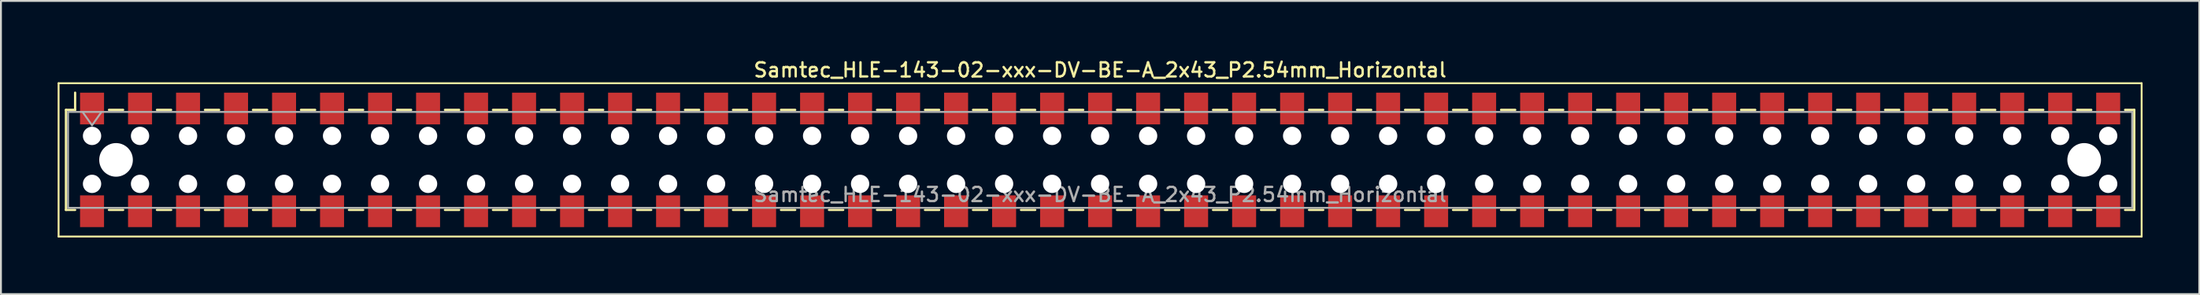
<source format=kicad_pcb>
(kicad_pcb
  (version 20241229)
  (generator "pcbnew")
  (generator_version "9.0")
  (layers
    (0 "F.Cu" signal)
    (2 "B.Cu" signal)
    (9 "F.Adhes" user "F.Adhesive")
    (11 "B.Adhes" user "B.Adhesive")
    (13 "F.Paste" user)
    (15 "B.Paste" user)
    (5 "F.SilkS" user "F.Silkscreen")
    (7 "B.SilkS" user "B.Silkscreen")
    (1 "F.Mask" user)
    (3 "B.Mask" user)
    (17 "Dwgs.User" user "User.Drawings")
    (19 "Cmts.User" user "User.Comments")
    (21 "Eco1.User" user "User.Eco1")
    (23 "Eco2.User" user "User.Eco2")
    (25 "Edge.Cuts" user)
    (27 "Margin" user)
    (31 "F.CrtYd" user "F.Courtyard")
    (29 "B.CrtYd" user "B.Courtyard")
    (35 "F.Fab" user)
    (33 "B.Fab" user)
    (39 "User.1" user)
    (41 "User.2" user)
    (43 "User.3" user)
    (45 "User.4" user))
  (footprint "Samtec_HLE-143-02-xxx-DV-BE-A_2x43_P2.54mm_Horizontal"
    (layer "F.Cu")
    (at 55.16 5.418)
    (property "Reference" "Samtec_HLE-143-02-xxx-DV-BE-A_2x43_P2.54mm_Horizontal" (at 0 -4.76 0) (layer "F.SilkS") (effects (font (size 0.75 0.75) (thickness 0.125))))
    (attr smd)
    (fp_line (start -55.11 -4.06) (end 55.11 -4.06) (stroke (width 0.1) (type solid)) (layer "F.SilkS"))
    (fp_line (start -55.11 4.06) (end -55.11 -4.06) (stroke (width 0.1) (type solid)) (layer "F.SilkS"))
    (fp_line (start -54.72 -2.65) (end -54.72 2.65) (stroke (width 0.12) (type solid)) (layer "F.SilkS"))
    (fp_line (start -54.72 2.65) (end -54.235 2.65) (stroke (width 0.12) (type solid)) (layer "F.SilkS"))
    (fp_line (start -54.235 -3.56) (end -54.235 -2.65) (stroke (width 0.12) (type solid)) (layer "F.SilkS"))
    (fp_line (start -54.235 -2.65) (end -54.72 -2.65) (stroke (width 0.12) (type solid)) (layer "F.SilkS"))
    (fp_line (start -52.445 -2.65) (end -51.695 -2.65) (stroke (width 0.12) (type solid)) (layer "F.SilkS"))
    (fp_line (start -52.445 2.65) (end -51.695 2.65) (stroke (width 0.12) (type solid)) (layer "F.SilkS"))
    (fp_line (start -49.905 -2.65) (end -49.155 -2.65) (stroke (width 0.12) (type solid)) (layer "F.SilkS"))
    (fp_line (start -49.905 2.65) (end -49.155 2.65) (stroke (width 0.12) (type solid)) (layer "F.SilkS"))
    (fp_line (start -47.365 -2.65) (end -46.615 -2.65) (stroke (width 0.12) (type solid)) (layer "F.SilkS"))
    (fp_line (start -47.365 2.65) (end -46.615 2.65) (stroke (width 0.12) (type solid)) (layer "F.SilkS"))
    (fp_line (start -44.825 -2.65) (end -44.075 -2.65) (stroke (width 0.12) (type solid)) (layer "F.SilkS"))
    (fp_line (start -44.825 2.65) (end -44.075 2.65) (stroke (width 0.12) (type solid)) (layer "F.SilkS"))
    (fp_line (start -42.285 -2.65) (end -41.535 -2.65) (stroke (width 0.12) (type solid)) (layer "F.SilkS"))
    (fp_line (start -42.285 2.65) (end -41.535 2.65) (stroke (width 0.12) (type solid)) (layer "F.SilkS"))
    (fp_line (start -39.745 -2.65) (end -38.995 -2.65) (stroke (width 0.12) (type solid)) (layer "F.SilkS"))
    (fp_line (start -39.745 2.65) (end -38.995 2.65) (stroke (width 0.12) (type solid)) (layer "F.SilkS"))
    (fp_line (start -37.205 -2.65) (end -36.455 -2.65) (stroke (width 0.12) (type solid)) (layer "F.SilkS"))
    (fp_line (start -37.205 2.65) (end -36.455 2.65) (stroke (width 0.12) (type solid)) (layer "F.SilkS"))
    (fp_line (start -34.665 -2.65) (end -33.915 -2.65) (stroke (width 0.12) (type solid)) (layer "F.SilkS"))
    (fp_line (start -34.665 2.65) (end -33.915 2.65) (stroke (width 0.12) (type solid)) (layer "F.SilkS"))
    (fp_line (start -32.125 -2.65) (end -31.375 -2.65) (stroke (width 0.12) (type solid)) (layer "F.SilkS"))
    (fp_line (start -32.125 2.65) (end -31.375 2.65) (stroke (width 0.12) (type solid)) (layer "F.SilkS"))
    (fp_line (start -29.585 -2.65) (end -28.835 -2.65) (stroke (width 0.12) (type solid)) (layer "F.SilkS"))
    (fp_line (start -29.585 2.65) (end -28.835 2.65) (stroke (width 0.12) (type solid)) (layer "F.SilkS"))
    (fp_line (start -27.045 -2.65) (end -26.295 -2.65) (stroke (width 0.12) (type solid)) (layer "F.SilkS"))
    (fp_line (start -27.045 2.65) (end -26.295 2.65) (stroke (width 0.12) (type solid)) (layer "F.SilkS"))
    (fp_line (start -24.505 -2.65) (end -23.755 -2.65) (stroke (width 0.12) (type solid)) (layer "F.SilkS"))
    (fp_line (start -24.505 2.65) (end -23.755 2.65) (stroke (width 0.12) (type solid)) (layer "F.SilkS"))
    (fp_line (start -21.965 -2.65) (end -21.215 -2.65) (stroke (width 0.12) (type solid)) (layer "F.SilkS"))
    (fp_line (start -21.965 2.65) (end -21.215 2.65) (stroke (width 0.12) (type solid)) (layer "F.SilkS"))
    (fp_line (start -19.425 -2.65) (end -18.675 -2.65) (stroke (width 0.12) (type solid)) (layer "F.SilkS"))
    (fp_line (start -19.425 2.65) (end -18.675 2.65) (stroke (width 0.12) (type solid)) (layer "F.SilkS"))
    (fp_line (start -16.885 -2.65) (end -16.135 -2.65) (stroke (width 0.12) (type solid)) (layer "F.SilkS"))
    (fp_line (start -16.885 2.65) (end -16.135 2.65) (stroke (width 0.12) (type solid)) (layer "F.SilkS"))
    (fp_line (start -14.345 -2.65) (end -13.595 -2.65) (stroke (width 0.12) (type solid)) (layer "F.SilkS"))
    (fp_line (start -14.345 2.65) (end -13.595 2.65) (stroke (width 0.12) (type solid)) (layer "F.SilkS"))
    (fp_line (start -11.805 -2.65) (end -11.055 -2.65) (stroke (width 0.12) (type solid)) (layer "F.SilkS"))
    (fp_line (start -11.805 2.65) (end -11.055 2.65) (stroke (width 0.12) (type solid)) (layer "F.SilkS"))
    (fp_line (start -9.265 -2.65) (end -8.515 -2.65) (stroke (width 0.12) (type solid)) (layer "F.SilkS"))
    (fp_line (start -9.265 2.65) (end -8.515 2.65) (stroke (width 0.12) (type solid)) (layer "F.SilkS"))
    (fp_line (start -6.725 -2.65) (end -5.975 -2.65) (stroke (width 0.12) (type solid)) (layer "F.SilkS"))
    (fp_line (start -6.725 2.65) (end -5.975 2.65) (stroke (width 0.12) (type solid)) (layer "F.SilkS"))
    (fp_line (start -4.185 -2.65) (end -3.435 -2.65) (stroke (width 0.12) (type solid)) (layer "F.SilkS"))
    (fp_line (start -4.185 2.65) (end -3.435 2.65) (stroke (width 0.12) (type solid)) (layer "F.SilkS"))
    (fp_line (start -1.645 -2.65) (end -0.895 -2.65) (stroke (width 0.12) (type solid)) (layer "F.SilkS"))
    (fp_line (start -1.645 2.65) (end -0.895 2.65) (stroke (width 0.12) (type solid)) (layer "F.SilkS"))
    (fp_line (start 0.895 -2.65) (end 1.645 -2.65) (stroke (width 0.12) (type solid)) (layer "F.SilkS"))
    (fp_line (start 0.895 2.65) (end 1.645 2.65) (stroke (width 0.12) (type solid)) (layer "F.SilkS"))
    (fp_line (start 3.435 -2.65) (end 4.185 -2.65) (stroke (width 0.12) (type solid)) (layer "F.SilkS"))
    (fp_line (start 3.435 2.65) (end 4.185 2.65) (stroke (width 0.12) (type solid)) (layer "F.SilkS"))
    (fp_line (start 5.975 -2.65) (end 6.725 -2.65) (stroke (width 0.12) (type solid)) (layer "F.SilkS"))
    (fp_line (start 5.975 2.65) (end 6.725 2.65) (stroke (width 0.12) (type solid)) (layer "F.SilkS"))
    (fp_line (start 8.515 -2.65) (end 9.265 -2.65) (stroke (width 0.12) (type solid)) (layer "F.SilkS"))
    (fp_line (start 8.515 2.65) (end 9.265 2.65) (stroke (width 0.12) (type solid)) (layer "F.SilkS"))
    (fp_line (start 11.055 -2.65) (end 11.805 -2.65) (stroke (width 0.12) (type solid)) (layer "F.SilkS"))
    (fp_line (start 11.055 2.65) (end 11.805 2.65) (stroke (width 0.12) (type solid)) (layer "F.SilkS"))
    (fp_line (start 13.595 -2.65) (end 14.345 -2.65) (stroke (width 0.12) (type solid)) (layer "F.SilkS"))
    (fp_line (start 13.595 2.65) (end 14.345 2.65) (stroke (width 0.12) (type solid)) (layer "F.SilkS"))
    (fp_line (start 16.135 -2.65) (end 16.885 -2.65) (stroke (width 0.12) (type solid)) (layer "F.SilkS"))
    (fp_line (start 16.135 2.65) (end 16.885 2.65) (stroke (width 0.12) (type solid)) (layer "F.SilkS"))
    (fp_line (start 18.675 -2.65) (end 19.425 -2.65) (stroke (width 0.12) (type solid)) (layer "F.SilkS"))
    (fp_line (start 18.675 2.65) (end 19.425 2.65) (stroke (width 0.12) (type solid)) (layer "F.SilkS"))
    (fp_line (start 21.215 -2.65) (end 21.965 -2.65) (stroke (width 0.12) (type solid)) (layer "F.SilkS"))
    (fp_line (start 21.215 2.65) (end 21.965 2.65) (stroke (width 0.12) (type solid)) (layer "F.SilkS"))
    (fp_line (start 23.755 -2.65) (end 24.505 -2.65) (stroke (width 0.12) (type solid)) (layer "F.SilkS"))
    (fp_line (start 23.755 2.65) (end 24.505 2.65) (stroke (width 0.12) (type solid)) (layer "F.SilkS"))
    (fp_line (start 26.295 -2.65) (end 27.045 -2.65) (stroke (width 0.12) (type solid)) (layer "F.SilkS"))
    (fp_line (start 26.295 2.65) (end 27.045 2.65) (stroke (width 0.12) (type solid)) (layer "F.SilkS"))
    (fp_line (start 28.835 -2.65) (end 29.585 -2.65) (stroke (width 0.12) (type solid)) (layer "F.SilkS"))
    (fp_line (start 28.835 2.65) (end 29.585 2.65) (stroke (width 0.12) (type solid)) (layer "F.SilkS"))
    (fp_line (start 31.375 -2.65) (end 32.125 -2.65) (stroke (width 0.12) (type solid)) (layer "F.SilkS"))
    (fp_line (start 31.375 2.65) (end 32.125 2.65) (stroke (width 0.12) (type solid)) (layer "F.SilkS"))
    (fp_line (start 33.915 -2.65) (end 34.665 -2.65) (stroke (width 0.12) (type solid)) (layer "F.SilkS"))
    (fp_line (start 33.915 2.65) (end 34.665 2.65) (stroke (width 0.12) (type solid)) (layer "F.SilkS"))
    (fp_line (start 36.455 -2.65) (end 37.205 -2.65) (stroke (width 0.12) (type solid)) (layer "F.SilkS"))
    (fp_line (start 36.455 2.65) (end 37.205 2.65) (stroke (width 0.12) (type solid)) (layer "F.SilkS"))
    (fp_line (start 38.995 -2.65) (end 39.745 -2.65) (stroke (width 0.12) (type solid)) (layer "F.SilkS"))
    (fp_line (start 38.995 2.65) (end 39.745 2.65) (stroke (width 0.12) (type solid)) (layer "F.SilkS"))
    (fp_line (start 41.535 -2.65) (end 42.285 -2.65) (stroke (width 0.12) (type solid)) (layer "F.SilkS"))
    (fp_line (start 41.535 2.65) (end 42.285 2.65) (stroke (width 0.12) (type solid)) (layer "F.SilkS"))
    (fp_line (start 44.075 -2.65) (end 44.825 -2.65) (stroke (width 0.12) (type solid)) (layer "F.SilkS"))
    (fp_line (start 44.075 2.65) (end 44.825 2.65) (stroke (width 0.12) (type solid)) (layer "F.SilkS"))
    (fp_line (start 46.615 -2.65) (end 47.365 -2.65) (stroke (width 0.12) (type solid)) (layer "F.SilkS"))
    (fp_line (start 46.615 2.65) (end 47.365 2.65) (stroke (width 0.12) (type solid)) (layer "F.SilkS"))
    (fp_line (start 49.155 -2.65) (end 49.905 -2.65) (stroke (width 0.12) (type solid)) (layer "F.SilkS"))
    (fp_line (start 49.155 2.65) (end 49.905 2.65) (stroke (width 0.12) (type solid)) (layer "F.SilkS"))
    (fp_line (start 51.695 -2.65) (end 52.445 -2.65) (stroke (width 0.12) (type solid)) (layer "F.SilkS"))
    (fp_line (start 51.695 2.65) (end 52.445 2.65) (stroke (width 0.12) (type solid)) (layer "F.SilkS"))
    (fp_line (start 54.235 -2.65) (end 54.72 -2.65) (stroke (width 0.12) (type solid)) (layer "F.SilkS"))
    (fp_line (start 54.72 -2.65) (end 54.72 2.65) (stroke (width 0.12) (type solid)) (layer "F.SilkS"))
    (fp_line (start 54.72 2.65) (end 54.235 2.65) (stroke (width 0.12) (type solid)) (layer "F.SilkS"))
    (fp_line (start 55.11 -4.06) (end 55.11 4.06) (stroke (width 0.1) (type solid)) (layer "F.SilkS"))
    (fp_line (start 55.11 4.06) (end -55.11 4.06) (stroke (width 0.1) (type solid)) (layer "F.SilkS"))
    (fp_line (start -54.61 -2.54) (end 54.61 -2.54) (stroke (width 0.1) (type solid)) (layer "F.Fab"))
    (fp_line (start -54.61 2.54) (end -54.61 -2.54) (stroke (width 0.1) (type solid)) (layer "F.Fab"))
    (fp_line (start -53.84 -2.54) (end -53.34 -1.833) (stroke (width 0.1) (type solid)) (layer "F.Fab"))
    (fp_line (start -53.34 -1.833) (end -52.84 -2.54) (stroke (width 0.1) (type solid)) (layer "F.Fab"))
    (fp_line (start 54.61 -2.54) (end 54.61 2.54) (stroke (width 0.1) (type solid)) (layer "F.Fab"))
    (fp_line (start 54.61 2.54) (end -54.61 2.54) (stroke (width 0.1) (type solid)) (layer "F.Fab"))
    (fp_text user "${REFERENCE}" (at 0 1.84 0) (layer "F.Fab") (effects (font (size 0.75 0.75) (thickness 0.125))))
    (pad "" np_thru_hole circle (at -53.34 -1.27) (size 0.97 0.97) (drill 0.97) (layers "*.Cu" "*.Mask"))
    (pad "" np_thru_hole circle (at -53.34 1.27) (size 0.97 0.97) (drill 0.97) (layers "*.Cu" "*.Mask"))
    (pad "" np_thru_hole circle (at -52.07 0) (size 1.78 1.78) (drill 1.78) (layers "*.Cu" "*.Mask"))
    (pad "" np_thru_hole circle (at -50.8 -1.27) (size 0.97 0.97) (drill 0.97) (layers "*.Cu" "*.Mask"))
    (pad "" np_thru_hole circle (at -50.8 1.27) (size 0.97 0.97) (drill 0.97) (layers "*.Cu" "*.Mask"))
    (pad "" np_thru_hole circle (at -48.26 -1.27) (size 0.97 0.97) (drill 0.97) (layers "*.Cu" "*.Mask"))
    (pad "" np_thru_hole circle (at -48.26 1.27) (size 0.97 0.97) (drill 0.97) (layers "*.Cu" "*.Mask"))
    (pad "" np_thru_hole circle (at -45.72 -1.27) (size 0.97 0.97) (drill 0.97) (layers "*.Cu" "*.Mask"))
    (pad "" np_thru_hole circle (at -45.72 1.27) (size 0.97 0.97) (drill 0.97) (layers "*.Cu" "*.Mask"))
    (pad "" np_thru_hole circle (at -43.18 -1.27) (size 0.97 0.97) (drill 0.97) (layers "*.Cu" "*.Mask"))
    (pad "" np_thru_hole circle (at -43.18 1.27) (size 0.97 0.97) (drill 0.97) (layers "*.Cu" "*.Mask"))
    (pad "" np_thru_hole circle (at -40.64 -1.27) (size 0.97 0.97) (drill 0.97) (layers "*.Cu" "*.Mask"))
    (pad "" np_thru_hole circle (at -40.64 1.27) (size 0.97 0.97) (drill 0.97) (layers "*.Cu" "*.Mask"))
    (pad "" np_thru_hole circle (at -38.1 -1.27) (size 0.97 0.97) (drill 0.97) (layers "*.Cu" "*.Mask"))
    (pad "" np_thru_hole circle (at -38.1 1.27) (size 0.97 0.97) (drill 0.97) (layers "*.Cu" "*.Mask"))
    (pad "" np_thru_hole circle (at -35.56 -1.27) (size 0.97 0.97) (drill 0.97) (layers "*.Cu" "*.Mask"))
    (pad "" np_thru_hole circle (at -35.56 1.27) (size 0.97 0.97) (drill 0.97) (layers "*.Cu" "*.Mask"))
    (pad "" np_thru_hole circle (at -33.02 -1.27) (size 0.97 0.97) (drill 0.97) (layers "*.Cu" "*.Mask"))
    (pad "" np_thru_hole circle (at -33.02 1.27) (size 0.97 0.97) (drill 0.97) (layers "*.Cu" "*.Mask"))
    (pad "" np_thru_hole circle (at -30.48 -1.27) (size 0.97 0.97) (drill 0.97) (layers "*.Cu" "*.Mask"))
    (pad "" np_thru_hole circle (at -30.48 1.27) (size 0.97 0.97) (drill 0.97) (layers "*.Cu" "*.Mask"))
    (pad "" np_thru_hole circle (at -27.94 -1.27) (size 0.97 0.97) (drill 0.97) (layers "*.Cu" "*.Mask"))
    (pad "" np_thru_hole circle (at -27.94 1.27) (size 0.97 0.97) (drill 0.97) (layers "*.Cu" "*.Mask"))
    (pad "" np_thru_hole circle (at -25.4 -1.27) (size 0.97 0.97) (drill 0.97) (layers "*.Cu" "*.Mask"))
    (pad "" np_thru_hole circle (at -25.4 1.27) (size 0.97 0.97) (drill 0.97) (layers "*.Cu" "*.Mask"))
    (pad "" np_thru_hole circle (at -22.86 -1.27) (size 0.97 0.97) (drill 0.97) (layers "*.Cu" "*.Mask"))
    (pad "" np_thru_hole circle (at -22.86 1.27) (size 0.97 0.97) (drill 0.97) (layers "*.Cu" "*.Mask"))
    (pad "" np_thru_hole circle (at -20.32 -1.27) (size 0.97 0.97) (drill 0.97) (layers "*.Cu" "*.Mask"))
    (pad "" np_thru_hole circle (at -20.32 1.27) (size 0.97 0.97) (drill 0.97) (layers "*.Cu" "*.Mask"))
    (pad "" np_thru_hole circle (at -17.78 -1.27) (size 0.97 0.97) (drill 0.97) (layers "*.Cu" "*.Mask"))
    (pad "" np_thru_hole circle (at -17.78 1.27) (size 0.97 0.97) (drill 0.97) (layers "*.Cu" "*.Mask"))
    (pad "" np_thru_hole circle (at -15.24 -1.27) (size 0.97 0.97) (drill 0.97) (layers "*.Cu" "*.Mask"))
    (pad "" np_thru_hole circle (at -15.24 1.27) (size 0.97 0.97) (drill 0.97) (layers "*.Cu" "*.Mask"))
    (pad "" np_thru_hole circle (at -12.7 -1.27) (size 0.97 0.97) (drill 0.97) (layers "*.Cu" "*.Mask"))
    (pad "" np_thru_hole circle (at -12.7 1.27) (size 0.97 0.97) (drill 0.97) (layers "*.Cu" "*.Mask"))
    (pad "" np_thru_hole circle (at -10.16 -1.27) (size 0.97 0.97) (drill 0.97) (layers "*.Cu" "*.Mask"))
    (pad "" np_thru_hole circle (at -10.16 1.27) (size 0.97 0.97) (drill 0.97) (layers "*.Cu" "*.Mask"))
    (pad "" np_thru_hole circle (at -7.62 -1.27) (size 0.97 0.97) (drill 0.97) (layers "*.Cu" "*.Mask"))
    (pad "" np_thru_hole circle (at -7.62 1.27) (size 0.97 0.97) (drill 0.97) (layers "*.Cu" "*.Mask"))
    (pad "" np_thru_hole circle (at -5.08 -1.27) (size 0.97 0.97) (drill 0.97) (layers "*.Cu" "*.Mask"))
    (pad "" np_thru_hole circle (at -5.08 1.27) (size 0.97 0.97) (drill 0.97) (layers "*.Cu" "*.Mask"))
    (pad "" np_thru_hole circle (at -2.54 -1.27) (size 0.97 0.97) (drill 0.97) (layers "*.Cu" "*.Mask"))
    (pad "" np_thru_hole circle (at -2.54 1.27) (size 0.97 0.97) (drill 0.97) (layers "*.Cu" "*.Mask"))
    (pad "" np_thru_hole circle (at 0 -1.27) (size 0.97 0.97) (drill 0.97) (layers "*.Cu" "*.Mask"))
    (pad "" np_thru_hole circle (at 0 1.27) (size 0.97 0.97) (drill 0.97) (layers "*.Cu" "*.Mask"))
    (pad "" np_thru_hole circle (at 2.54 -1.27) (size 0.97 0.97) (drill 0.97) (layers "*.Cu" "*.Mask"))
    (pad "" np_thru_hole circle (at 2.54 1.27) (size 0.97 0.97) (drill 0.97) (layers "*.Cu" "*.Mask"))
    (pad "" np_thru_hole circle (at 5.08 -1.27) (size 0.97 0.97) (drill 0.97) (layers "*.Cu" "*.Mask"))
    (pad "" np_thru_hole circle (at 5.08 1.27) (size 0.97 0.97) (drill 0.97) (layers "*.Cu" "*.Mask"))
    (pad "" np_thru_hole circle (at 7.62 -1.27) (size 0.97 0.97) (drill 0.97) (layers "*.Cu" "*.Mask"))
    (pad "" np_thru_hole circle (at 7.62 1.27) (size 0.97 0.97) (drill 0.97) (layers "*.Cu" "*.Mask"))
    (pad "" np_thru_hole circle (at 10.16 -1.27) (size 0.97 0.97) (drill 0.97) (layers "*.Cu" "*.Mask"))
    (pad "" np_thru_hole circle (at 10.16 1.27) (size 0.97 0.97) (drill 0.97) (layers "*.Cu" "*.Mask"))
    (pad "" np_thru_hole circle (at 12.7 -1.27) (size 0.97 0.97) (drill 0.97) (layers "*.Cu" "*.Mask"))
    (pad "" np_thru_hole circle (at 12.7 1.27) (size 0.97 0.97) (drill 0.97) (layers "*.Cu" "*.Mask"))
    (pad "" np_thru_hole circle (at 15.24 -1.27) (size 0.97 0.97) (drill 0.97) (layers "*.Cu" "*.Mask"))
    (pad "" np_thru_hole circle (at 15.24 1.27) (size 0.97 0.97) (drill 0.97) (layers "*.Cu" "*.Mask"))
    (pad "" np_thru_hole circle (at 17.78 -1.27) (size 0.97 0.97) (drill 0.97) (layers "*.Cu" "*.Mask"))
    (pad "" np_thru_hole circle (at 17.78 1.27) (size 0.97 0.97) (drill 0.97) (layers "*.Cu" "*.Mask"))
    (pad "" np_thru_hole circle (at 20.32 -1.27) (size 0.97 0.97) (drill 0.97) (layers "*.Cu" "*.Mask"))
    (pad "" np_thru_hole circle (at 20.32 1.27) (size 0.97 0.97) (drill 0.97) (layers "*.Cu" "*.Mask"))
    (pad "" np_thru_hole circle (at 22.86 -1.27) (size 0.97 0.97) (drill 0.97) (layers "*.Cu" "*.Mask"))
    (pad "" np_thru_hole circle (at 22.86 1.27) (size 0.97 0.97) (drill 0.97) (layers "*.Cu" "*.Mask"))
    (pad "" np_thru_hole circle (at 25.4 -1.27) (size 0.97 0.97) (drill 0.97) (layers "*.Cu" "*.Mask"))
    (pad "" np_thru_hole circle (at 25.4 1.27) (size 0.97 0.97) (drill 0.97) (layers "*.Cu" "*.Mask"))
    (pad "" np_thru_hole circle (at 27.94 -1.27) (size 0.97 0.97) (drill 0.97) (layers "*.Cu" "*.Mask"))
    (pad "" np_thru_hole circle (at 27.94 1.27) (size 0.97 0.97) (drill 0.97) (layers "*.Cu" "*.Mask"))
    (pad "" np_thru_hole circle (at 30.48 -1.27) (size 0.97 0.97) (drill 0.97) (layers "*.Cu" "*.Mask"))
    (pad "" np_thru_hole circle (at 30.48 1.27) (size 0.97 0.97) (drill 0.97) (layers "*.Cu" "*.Mask"))
    (pad "" np_thru_hole circle (at 33.02 -1.27) (size 0.97 0.97) (drill 0.97) (layers "*.Cu" "*.Mask"))
    (pad "" np_thru_hole circle (at 33.02 1.27) (size 0.97 0.97) (drill 0.97) (layers "*.Cu" "*.Mask"))
    (pad "" np_thru_hole circle (at 35.56 -1.27) (size 0.97 0.97) (drill 0.97) (layers "*.Cu" "*.Mask"))
    (pad "" np_thru_hole circle (at 35.56 1.27) (size 0.97 0.97) (drill 0.97) (layers "*.Cu" "*.Mask"))
    (pad "" np_thru_hole circle (at 38.1 -1.27) (size 0.97 0.97) (drill 0.97) (layers "*.Cu" "*.Mask"))
    (pad "" np_thru_hole circle (at 38.1 1.27) (size 0.97 0.97) (drill 0.97) (layers "*.Cu" "*.Mask"))
    (pad "" np_thru_hole circle (at 40.64 -1.27) (size 0.97 0.97) (drill 0.97) (layers "*.Cu" "*.Mask"))
    (pad "" np_thru_hole circle (at 40.64 1.27) (size 0.97 0.97) (drill 0.97) (layers "*.Cu" "*.Mask"))
    (pad "" np_thru_hole circle (at 43.18 -1.27) (size 0.97 0.97) (drill 0.97) (layers "*.Cu" "*.Mask"))
    (pad "" np_thru_hole circle (at 43.18 1.27) (size 0.97 0.97) (drill 0.97) (layers "*.Cu" "*.Mask"))
    (pad "" np_thru_hole circle (at 45.72 -1.27) (size 0.97 0.97) (drill 0.97) (layers "*.Cu" "*.Mask"))
    (pad "" np_thru_hole circle (at 45.72 1.27) (size 0.97 0.97) (drill 0.97) (layers "*.Cu" "*.Mask"))
    (pad "" np_thru_hole circle (at 48.26 -1.27) (size 0.97 0.97) (drill 0.97) (layers "*.Cu" "*.Mask"))
    (pad "" np_thru_hole circle (at 48.26 1.27) (size 0.97 0.97) (drill 0.97) (layers "*.Cu" "*.Mask"))
    (pad "" np_thru_hole circle (at 50.8 -1.27) (size 0.97 0.97) (drill 0.97) (layers "*.Cu" "*.Mask"))
    (pad "" np_thru_hole circle (at 50.8 1.27) (size 0.97 0.97) (drill 0.97) (layers "*.Cu" "*.Mask"))
    (pad "" np_thru_hole circle (at 52.07 0) (size 1.78 1.78) (drill 1.78) (layers "*.Cu" "*.Mask"))
    (pad "" np_thru_hole circle (at 53.34 -1.27) (size 0.97 0.97) (drill 0.97) (layers "*.Cu" "*.Mask"))
    (pad "" np_thru_hole circle (at 53.34 1.27) (size 0.97 0.97) (drill 0.97) (layers "*.Cu" "*.Mask"))
    (pad "1" smd rect (at -53.34 -2.72) (size 1.27 1.68) (layers "F.Cu" "F.Mask" "F.Paste"))
    (pad "2" smd rect (at -53.34 2.72) (size 1.27 1.68) (layers "F.Cu" "F.Mask" "F.Paste"))
    (pad "3" smd rect (at -50.8 -2.72) (size 1.27 1.68) (layers "F.Cu" "F.Mask" "F.Paste"))
    (pad "4" smd rect (at -50.8 2.72) (size 1.27 1.68) (layers "F.Cu" "F.Mask" "F.Paste"))
    (pad "5" smd rect (at -48.26 -2.72) (size 1.27 1.68) (layers "F.Cu" "F.Mask" "F.Paste"))
    (pad "6" smd rect (at -48.26 2.72) (size 1.27 1.68) (layers "F.Cu" "F.Mask" "F.Paste"))
    (pad "7" smd rect (at -45.72 -2.72) (size 1.27 1.68) (layers "F.Cu" "F.Mask" "F.Paste"))
    (pad "8" smd rect (at -45.72 2.72) (size 1.27 1.68) (layers "F.Cu" "F.Mask" "F.Paste"))
    (pad "9" smd rect (at -43.18 -2.72) (size 1.27 1.68) (layers "F.Cu" "F.Mask" "F.Paste"))
    (pad "10" smd rect (at -43.18 2.72) (size 1.27 1.68) (layers "F.Cu" "F.Mask" "F.Paste"))
    (pad "11" smd rect (at -40.64 -2.72) (size 1.27 1.68) (layers "F.Cu" "F.Mask" "F.Paste"))
    (pad "12" smd rect (at -40.64 2.72) (size 1.27 1.68) (layers "F.Cu" "F.Mask" "F.Paste"))
    (pad "13" smd rect (at -38.1 -2.72) (size 1.27 1.68) (layers "F.Cu" "F.Mask" "F.Paste"))
    (pad "14" smd rect (at -38.1 2.72) (size 1.27 1.68) (layers "F.Cu" "F.Mask" "F.Paste"))
    (pad "15" smd rect (at -35.56 -2.72) (size 1.27 1.68) (layers "F.Cu" "F.Mask" "F.Paste"))
    (pad "16" smd rect (at -35.56 2.72) (size 1.27 1.68) (layers "F.Cu" "F.Mask" "F.Paste"))
    (pad "17" smd rect (at -33.02 -2.72) (size 1.27 1.68) (layers "F.Cu" "F.Mask" "F.Paste"))
    (pad "18" smd rect (at -33.02 2.72) (size 1.27 1.68) (layers "F.Cu" "F.Mask" "F.Paste"))
    (pad "19" smd rect (at -30.48 -2.72) (size 1.27 1.68) (layers "F.Cu" "F.Mask" "F.Paste"))
    (pad "20" smd rect (at -30.48 2.72) (size 1.27 1.68) (layers "F.Cu" "F.Mask" "F.Paste"))
    (pad "21" smd rect (at -27.94 -2.72) (size 1.27 1.68) (layers "F.Cu" "F.Mask" "F.Paste"))
    (pad "22" smd rect (at -27.94 2.72) (size 1.27 1.68) (layers "F.Cu" "F.Mask" "F.Paste"))
    (pad "23" smd rect (at -25.4 -2.72) (size 1.27 1.68) (layers "F.Cu" "F.Mask" "F.Paste"))
    (pad "24" smd rect (at -25.4 2.72) (size 1.27 1.68) (layers "F.Cu" "F.Mask" "F.Paste"))
    (pad "25" smd rect (at -22.86 -2.72) (size 1.27 1.68) (layers "F.Cu" "F.Mask" "F.Paste"))
    (pad "26" smd rect (at -22.86 2.72) (size 1.27 1.68) (layers "F.Cu" "F.Mask" "F.Paste"))
    (pad "27" smd rect (at -20.32 -2.72) (size 1.27 1.68) (layers "F.Cu" "F.Mask" "F.Paste"))
    (pad "28" smd rect (at -20.32 2.72) (size 1.27 1.68) (layers "F.Cu" "F.Mask" "F.Paste"))
    (pad "29" smd rect (at -17.78 -2.72) (size 1.27 1.68) (layers "F.Cu" "F.Mask" "F.Paste"))
    (pad "30" smd rect (at -17.78 2.72) (size 1.27 1.68) (layers "F.Cu" "F.Mask" "F.Paste"))
    (pad "31" smd rect (at -15.24 -2.72) (size 1.27 1.68) (layers "F.Cu" "F.Mask" "F.Paste"))
    (pad "32" smd rect (at -15.24 2.72) (size 1.27 1.68) (layers "F.Cu" "F.Mask" "F.Paste"))
    (pad "33" smd rect (at -12.7 -2.72) (size 1.27 1.68) (layers "F.Cu" "F.Mask" "F.Paste"))
    (pad "34" smd rect (at -12.7 2.72) (size 1.27 1.68) (layers "F.Cu" "F.Mask" "F.Paste"))
    (pad "35" smd rect (at -10.16 -2.72) (size 1.27 1.68) (layers "F.Cu" "F.Mask" "F.Paste"))
    (pad "36" smd rect (at -10.16 2.72) (size 1.27 1.68) (layers "F.Cu" "F.Mask" "F.Paste"))
    (pad "37" smd rect (at -7.62 -2.72) (size 1.27 1.68) (layers "F.Cu" "F.Mask" "F.Paste"))
    (pad "38" smd rect (at -7.62 2.72) (size 1.27 1.68) (layers "F.Cu" "F.Mask" "F.Paste"))
    (pad "39" smd rect (at -5.08 -2.72) (size 1.27 1.68) (layers "F.Cu" "F.Mask" "F.Paste"))
    (pad "40" smd rect (at -5.08 2.72) (size 1.27 1.68) (layers "F.Cu" "F.Mask" "F.Paste"))
    (pad "41" smd rect (at -2.54 -2.72) (size 1.27 1.68) (layers "F.Cu" "F.Mask" "F.Paste"))
    (pad "42" smd rect (at -2.54 2.72) (size 1.27 1.68) (layers "F.Cu" "F.Mask" "F.Paste"))
    (pad "43" smd rect (at 0 -2.72) (size 1.27 1.68) (layers "F.Cu" "F.Mask" "F.Paste"))
    (pad "44" smd rect (at 0 2.72) (size 1.27 1.68) (layers "F.Cu" "F.Mask" "F.Paste"))
    (pad "45" smd rect (at 2.54 -2.72) (size 1.27 1.68) (layers "F.Cu" "F.Mask" "F.Paste"))
    (pad "46" smd rect (at 2.54 2.72) (size 1.27 1.68) (layers "F.Cu" "F.Mask" "F.Paste"))
    (pad "47" smd rect (at 5.08 -2.72) (size 1.27 1.68) (layers "F.Cu" "F.Mask" "F.Paste"))
    (pad "48" smd rect (at 5.08 2.72) (size 1.27 1.68) (layers "F.Cu" "F.Mask" "F.Paste"))
    (pad "49" smd rect (at 7.62 -2.72) (size 1.27 1.68) (layers "F.Cu" "F.Mask" "F.Paste"))
    (pad "50" smd rect (at 7.62 2.72) (size 1.27 1.68) (layers "F.Cu" "F.Mask" "F.Paste"))
    (pad "51" smd rect (at 10.16 -2.72) (size 1.27 1.68) (layers "F.Cu" "F.Mask" "F.Paste"))
    (pad "52" smd rect (at 10.16 2.72) (size 1.27 1.68) (layers "F.Cu" "F.Mask" "F.Paste"))
    (pad "53" smd rect (at 12.7 -2.72) (size 1.27 1.68) (layers "F.Cu" "F.Mask" "F.Paste"))
    (pad "54" smd rect (at 12.7 2.72) (size 1.27 1.68) (layers "F.Cu" "F.Mask" "F.Paste"))
    (pad "55" smd rect (at 15.24 -2.72) (size 1.27 1.68) (layers "F.Cu" "F.Mask" "F.Paste"))
    (pad "56" smd rect (at 15.24 2.72) (size 1.27 1.68) (layers "F.Cu" "F.Mask" "F.Paste"))
    (pad "57" smd rect (at 17.78 -2.72) (size 1.27 1.68) (layers "F.Cu" "F.Mask" "F.Paste"))
    (pad "58" smd rect (at 17.78 2.72) (size 1.27 1.68) (layers "F.Cu" "F.Mask" "F.Paste"))
    (pad "59" smd rect (at 20.32 -2.72) (size 1.27 1.68) (layers "F.Cu" "F.Mask" "F.Paste"))
    (pad "60" smd rect (at 20.32 2.72) (size 1.27 1.68) (layers "F.Cu" "F.Mask" "F.Paste"))
    (pad "61" smd rect (at 22.86 -2.72) (size 1.27 1.68) (layers "F.Cu" "F.Mask" "F.Paste"))
    (pad "62" smd rect (at 22.86 2.72) (size 1.27 1.68) (layers "F.Cu" "F.Mask" "F.Paste"))
    (pad "63" smd rect (at 25.4 -2.72) (size 1.27 1.68) (layers "F.Cu" "F.Mask" "F.Paste"))
    (pad "64" smd rect (at 25.4 2.72) (size 1.27 1.68) (layers "F.Cu" "F.Mask" "F.Paste"))
    (pad "65" smd rect (at 27.94 -2.72) (size 1.27 1.68) (layers "F.Cu" "F.Mask" "F.Paste"))
    (pad "66" smd rect (at 27.94 2.72) (size 1.27 1.68) (layers "F.Cu" "F.Mask" "F.Paste"))
    (pad "67" smd rect (at 30.48 -2.72) (size 1.27 1.68) (layers "F.Cu" "F.Mask" "F.Paste"))
    (pad "68" smd rect (at 30.48 2.72) (size 1.27 1.68) (layers "F.Cu" "F.Mask" "F.Paste"))
    (pad "69" smd rect (at 33.02 -2.72) (size 1.27 1.68) (layers "F.Cu" "F.Mask" "F.Paste"))
    (pad "70" smd rect (at 33.02 2.72) (size 1.27 1.68) (layers "F.Cu" "F.Mask" "F.Paste"))
    (pad "71" smd rect (at 35.56 -2.72) (size 1.27 1.68) (layers "F.Cu" "F.Mask" "F.Paste"))
    (pad "72" smd rect (at 35.56 2.72) (size 1.27 1.68) (layers "F.Cu" "F.Mask" "F.Paste"))
    (pad "73" smd rect (at 38.1 -2.72) (size 1.27 1.68) (layers "F.Cu" "F.Mask" "F.Paste"))
    (pad "74" smd rect (at 38.1 2.72) (size 1.27 1.68) (layers "F.Cu" "F.Mask" "F.Paste"))
    (pad "75" smd rect (at 40.64 -2.72) (size 1.27 1.68) (layers "F.Cu" "F.Mask" "F.Paste"))
    (pad "76" smd rect (at 40.64 2.72) (size 1.27 1.68) (layers "F.Cu" "F.Mask" "F.Paste"))
    (pad "77" smd rect (at 43.18 -2.72) (size 1.27 1.68) (layers "F.Cu" "F.Mask" "F.Paste"))
    (pad "78" smd rect (at 43.18 2.72) (size 1.27 1.68) (layers "F.Cu" "F.Mask" "F.Paste"))
    (pad "79" smd rect (at 45.72 -2.72) (size 1.27 1.68) (layers "F.Cu" "F.Mask" "F.Paste"))
    (pad "80" smd rect (at 45.72 2.72) (size 1.27 1.68) (layers "F.Cu" "F.Mask" "F.Paste"))
    (pad "81" smd rect (at 48.26 -2.72) (size 1.27 1.68) (layers "F.Cu" "F.Mask" "F.Paste"))
    (pad "82" smd rect (at 48.26 2.72) (size 1.27 1.68) (layers "F.Cu" "F.Mask" "F.Paste"))
    (pad "83" smd rect (at 50.8 -2.72) (size 1.27 1.68) (layers "F.Cu" "F.Mask" "F.Paste"))
    (pad "84" smd rect (at 50.8 2.72) (size 1.27 1.68) (layers "F.Cu" "F.Mask" "F.Paste"))
    (pad "85" smd rect (at 53.34 -2.72) (size 1.27 1.68) (layers "F.Cu" "F.Mask" "F.Paste"))
    (pad "86" smd rect (at 53.34 2.72) (size 1.27 1.68) (layers "F.Cu" "F.Mask" "F.Paste")))
  (gr_rect
    (start -3 -3)
    (end 113.32 12.528)
    (stroke (width 0.1) (type default))
    (fill no)
    (layer "Edge.Cuts")))
</source>
